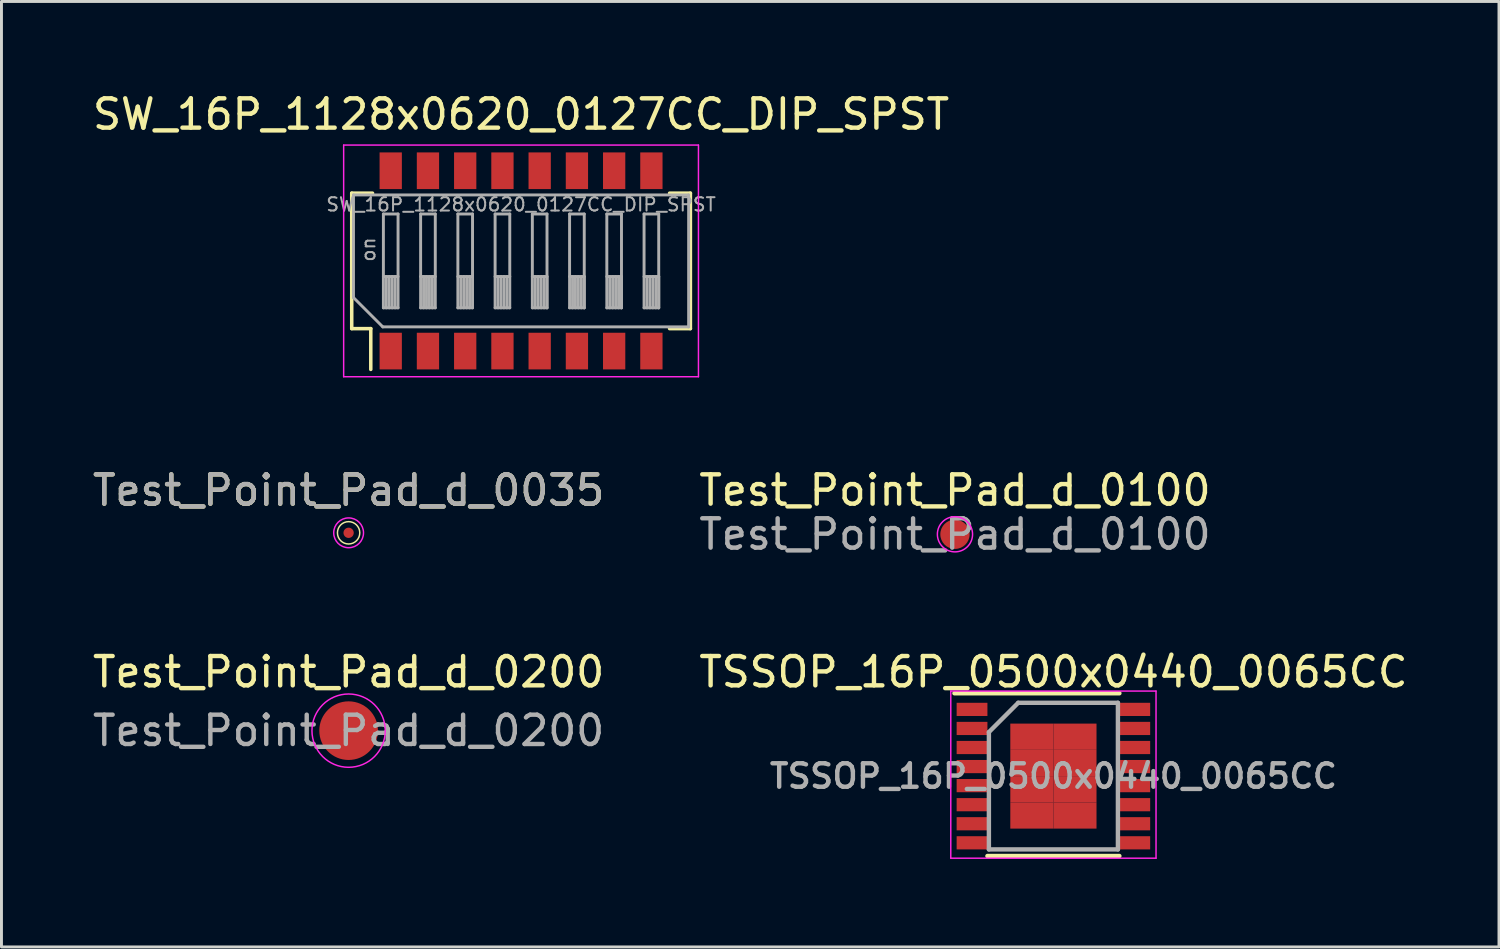
<source format=kicad_pcb>
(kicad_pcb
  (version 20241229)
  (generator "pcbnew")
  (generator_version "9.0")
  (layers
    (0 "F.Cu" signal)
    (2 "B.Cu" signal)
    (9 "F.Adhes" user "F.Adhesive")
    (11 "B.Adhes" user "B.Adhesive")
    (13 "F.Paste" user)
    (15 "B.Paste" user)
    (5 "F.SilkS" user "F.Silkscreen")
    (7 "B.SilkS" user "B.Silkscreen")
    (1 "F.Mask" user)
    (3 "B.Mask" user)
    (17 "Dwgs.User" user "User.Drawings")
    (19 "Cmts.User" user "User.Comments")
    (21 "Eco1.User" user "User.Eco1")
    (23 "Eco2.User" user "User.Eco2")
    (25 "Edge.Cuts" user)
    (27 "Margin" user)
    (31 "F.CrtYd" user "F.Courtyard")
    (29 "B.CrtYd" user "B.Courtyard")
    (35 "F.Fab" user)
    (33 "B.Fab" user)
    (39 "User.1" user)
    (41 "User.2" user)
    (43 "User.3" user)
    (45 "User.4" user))
  (footprint "Test_Point_Pad_d_0200"
    (layer "F.Cu")
    (at 8.839 21.868)
    (property "Reference" "Test_Point_Pad_d_0200" (at 0 -2 0) (layer "F.SilkS") (effects (font (size 1 1) (thickness 0.15))))
    (attr exclude_from_pos_files exclude_from_bom)
    (fp_circle (center 0 0) (end 1.25 0) (stroke (width 0.05) (type solid)) (fill no) (layer "F.CrtYd"))
    (fp_text user "${REFERENCE}" (at 0 0 0) (layer "F.Fab") (effects (font (size 1 1) (thickness 0.15))))
    (pad "1" smd circle (at 0 0) (size 2 2) (layers "F.Cu" "F.Mask")))
  (footprint "Test_Point_Pad_d_0100"
    (layer "F.Cu")
    (at 29.518 15.171)
    (property "Reference" "Test_Point_Pad_d_0100" (at 0 -1.5 0) (layer "F.SilkS") (effects (font (size 1 1) (thickness 0.15))))
    (attr exclude_from_pos_files exclude_from_bom)
    (fp_circle (center 0 0) (end 0.6 0) (stroke (width 0.05) (type solid)) (fill no) (layer "F.CrtYd"))
    (fp_text user "${REFERENCE}" (at 0 0 0) (layer "F.Fab") (effects (font (size 1 1) (thickness 0.15))))
    (pad "1" smd circle (at 0 0) (size 1 1) (layers "F.Cu" "F.Mask")))
  (footprint "TSSOP_16P_0500x0440_0065CC"
    (layer "F.Cu")
    (at 32.875 23.418)
    (property "Reference" "TSSOP_16P_0500x0440_0065CC" (at 0 -3.55 0) (layer "F.SilkS") (effects (font (size 1 1) (thickness 0.15))))
    (attr smd)
    (fp_line (start -3.375 -2.825) (end 2.25 -2.825) (stroke (width 0.15) (type solid)) (layer "F.SilkS"))
    (fp_line (start -2.25 2.725) (end 2.25 2.725) (stroke (width 0.15) (type solid)) (layer "F.SilkS"))
    (fp_line (start -3.5 -2.9) (end -3.5 2.8) (stroke (width 0.05) (type solid)) (layer "F.CrtYd"))
    (fp_line (start -3.5 -2.9) (end 3.5 -2.9) (stroke (width 0.05) (type solid)) (layer "F.CrtYd"))
    (fp_line (start -3.5 2.8) (end 3.5 2.8) (stroke (width 0.05) (type solid)) (layer "F.CrtYd"))
    (fp_line (start 3.5 -2.9) (end 3.5 2.8) (stroke (width 0.05) (type solid)) (layer "F.CrtYd"))
    (fp_line (start -2.2 -1.5) (end -1.2 -2.5) (stroke (width 0.15) (type solid)) (layer "F.Fab"))
    (fp_line (start -2.2 2.5) (end -2.2 -1.5) (stroke (width 0.15) (type solid)) (layer "F.Fab"))
    (fp_line (start -1.2 -2.5) (end 2.2 -2.5) (stroke (width 0.15) (type solid)) (layer "F.Fab"))
    (fp_line (start 2.2 -2.5) (end 2.2 2.5) (stroke (width 0.15) (type solid)) (layer "F.Fab"))
    (fp_line (start 2.2 2.5) (end -2.2 2.5) (stroke (width 0.15) (type solid)) (layer "F.Fab"))
    (fp_text user "${REFERENCE}" (at 0 0 0) (layer "F.Fab") (effects (font (size 0.8 0.8) (thickness 0.15))))
    (pad "1" smd rect (at -2.775 -2.275) (size 1.05 0.45) (layers "F.Cu" "F.Mask" "F.Paste"))
    (pad "2" smd rect (at -2.775 -1.625) (size 1.05 0.45) (layers "F.Cu" "F.Mask" "F.Paste"))
    (pad "3" smd rect (at -2.775 -0.975) (size 1.05 0.45) (layers "F.Cu" "F.Mask" "F.Paste"))
    (pad "4" smd rect (at -2.775 -0.325) (size 1.05 0.45) (layers "F.Cu" "F.Mask" "F.Paste"))
    (pad "5" smd rect (at -2.775 0.325) (size 1.05 0.45) (layers "F.Cu" "F.Mask" "F.Paste"))
    (pad "6" smd rect (at -2.775 0.975) (size 1.05 0.45) (layers "F.Cu" "F.Mask" "F.Paste"))
    (pad "7" smd rect (at -2.775 1.625) (size 1.05 0.45) (layers "F.Cu" "F.Mask" "F.Paste"))
    (pad "8" smd rect (at -2.775 2.275) (size 1.05 0.45) (layers "F.Cu" "F.Mask" "F.Paste"))
    (pad "9" smd rect (at 2.775 2.275) (size 1.05 0.45) (layers "F.Cu" "F.Mask" "F.Paste"))
    (pad "10" smd rect (at 2.775 1.625) (size 1.05 0.45) (layers "F.Cu" "F.Mask" "F.Paste"))
    (pad "11" smd rect (at 2.775 0.975) (size 1.05 0.45) (layers "F.Cu" "F.Mask" "F.Paste"))
    (pad "12" smd rect (at 2.775 0.325) (size 1.05 0.45) (layers "F.Cu" "F.Mask" "F.Paste"))
    (pad "13" smd rect (at 2.775 -0.325) (size 1.05 0.45) (layers "F.Cu" "F.Mask" "F.Paste"))
    (pad "14" smd rect (at 2.775 -0.975) (size 1.05 0.45) (layers "F.Cu" "F.Mask" "F.Paste"))
    (pad "15" smd rect (at 2.775 -1.625) (size 1.05 0.45) (layers "F.Cu" "F.Mask" "F.Paste"))
    (pad "16" smd rect (at 2.775 -2.275) (size 1.05 0.45) (layers "F.Cu" "F.Mask" "F.Paste"))
    (pad "17" smd rect (at -0.735 -1.343) (size 1.47 0.895) (layers "F.Cu" "F.Mask" "F.Paste"))
    (pad "17" smd rect (at -0.735 -0.448) (size 1.47 0.895) (layers "F.Cu" "F.Mask" "F.Paste"))
    (pad "17" smd rect (at -0.735 0.448) (size 1.47 0.895) (layers "F.Cu" "F.Mask" "F.Paste"))
    (pad "17" smd rect (at -0.735 1.343) (size 1.47 0.895) (layers "F.Cu" "F.Mask" "F.Paste"))
    (pad "17" smd rect (at 0.735 -1.343) (size 1.47 0.895) (layers "F.Cu" "F.Mask" "F.Paste"))
    (pad "17" smd rect (at 0.735 -0.448) (size 1.47 0.895) (layers "F.Cu" "F.Mask" "F.Paste"))
    (pad "17" smd rect (at 0.735 0.448) (size 1.47 0.895) (layers "F.Cu" "F.Mask" "F.Paste"))
    (pad "17" smd rect (at 0.735 1.343) (size 1.47 0.895) (layers "F.Cu" "F.Mask" "F.Paste")))
  (footprint "Test_Point_Pad_d_0035"
    (layer "F.Cu")
    (at 8.839 15.121)
    (property "Reference" "Test_Point_Pad_d_0035" (at 0 -1.448 0) (layer "F.SilkS") (effects (font (size 1 1) (thickness 0.15))))
    (attr exclude_from_pos_files exclude_from_bom)
    (fp_circle (center 0 0) (end 0.381 0) (stroke (width 0.05) (type solid)) (fill no) (layer "F.SilkS"))
    (fp_circle (center 0 0) (end 0.508 0) (stroke (width 0.05) (type solid)) (fill no) (layer "F.CrtYd"))
    (fp_text user "${REFERENCE}" (at 0 -1.45 0) (layer "F.Fab") (effects (font (size 1 1) (thickness 0.15))))
    (pad "1" smd circle (at 0 0) (size 0.35 0.35) (layers "F.Cu" "F.Mask")))
  (footprint "SW_16P_1128x0620_0127CC_DIP_SPST"
    (layer "F.Cu")
    (at 14.72 5.848)
    (property "Reference" "SW_16P_1128x0620_0127CC_DIP_SPST" (at 0 -5 0) (layer "F.SilkS") (effects (font (size 1 1) (thickness 0.15))))
    (attr smd)
    (fp_line (start -5.775 -2.31) (end -5.065 -2.31) (stroke (width 0.12) (type solid)) (layer "F.SilkS"))
    (fp_line (start -5.775 2.309) (end -5.775 -2.31) (stroke (width 0.12) (type solid)) (layer "F.SilkS"))
    (fp_line (start -5.775 2.309) (end -5.125 2.309) (stroke (width 0.12) (type solid)) (layer "F.SilkS"))
    (fp_line (start -5.125 3.7) (end -5.125 2.309) (stroke (width 0.12) (type solid)) (layer "F.SilkS"))
    (fp_line (start 5.065 -2.31) (end 5.775 -2.31) (stroke (width 0.12) (type solid)) (layer "F.SilkS"))
    (fp_line (start 5.065 2.309) (end 5.775 2.309) (stroke (width 0.12) (type solid)) (layer "F.SilkS"))
    (fp_line (start 5.775 2.309) (end 5.775 -2.31) (stroke (width 0.12) (type solid)) (layer "F.SilkS"))
    (fp_line (start -6.05 -3.95) (end -6.05 3.95) (stroke (width 0.05) (type solid)) (layer "F.CrtYd"))
    (fp_line (start -6.05 3.95) (end 6.05 3.95) (stroke (width 0.05) (type solid)) (layer "F.CrtYd"))
    (fp_line (start 6.05 -3.95) (end -6.05 -3.95) (stroke (width 0.05) (type solid)) (layer "F.CrtYd"))
    (fp_line (start 6.05 3.95) (end 6.05 -3.95) (stroke (width 0.05) (type solid)) (layer "F.CrtYd"))
    (fp_line (start -5.715 -2.25) (end 5.715 -2.25) (stroke (width 0.1) (type solid)) (layer "F.Fab"))
    (fp_line (start -5.715 1.25) (end -5.715 -2.25) (stroke (width 0.1) (type solid)) (layer "F.Fab"))
    (fp_line (start -4.715 2.25) (end -5.715 1.25) (stroke (width 0.1) (type solid)) (layer "F.Fab"))
    (fp_line (start -4.695 -1.6) (end -4.695 1.6) (stroke (width 0.1) (type solid)) (layer "F.Fab"))
    (fp_line (start -4.695 0.533) (end -4.195 0.533) (stroke (width 0.1) (type solid)) (layer "F.Fab"))
    (fp_line (start -4.695 1.6) (end -4.195 1.6) (stroke (width 0.1) (type solid)) (layer "F.Fab"))
    (fp_line (start -4.595 1.6) (end -4.595 0.533) (stroke (width 0.1) (type solid)) (layer "F.Fab"))
    (fp_line (start -4.495 1.6) (end -4.495 0.533) (stroke (width 0.1) (type solid)) (layer "F.Fab"))
    (fp_line (start -4.395 1.6) (end -4.395 0.533) (stroke (width 0.1) (type solid)) (layer "F.Fab"))
    (fp_line (start -4.295 1.6) (end -4.295 0.533) (stroke (width 0.1) (type solid)) (layer "F.Fab"))
    (fp_line (start -4.195 -1.6) (end -4.695 -1.6) (stroke (width 0.1) (type solid)) (layer "F.Fab"))
    (fp_line (start -4.195 1.6) (end -4.195 -1.6) (stroke (width 0.1) (type solid)) (layer "F.Fab"))
    (fp_line (start -3.425 -1.6) (end -3.425 1.6) (stroke (width 0.1) (type solid)) (layer "F.Fab"))
    (fp_line (start -3.425 0.533) (end -2.925 0.533) (stroke (width 0.1) (type solid)) (layer "F.Fab"))
    (fp_line (start -3.425 1.6) (end -2.925 1.6) (stroke (width 0.1) (type solid)) (layer "F.Fab"))
    (fp_line (start -3.325 1.6) (end -3.325 0.533) (stroke (width 0.1) (type solid)) (layer "F.Fab"))
    (fp_line (start -3.225 1.6) (end -3.225 0.533) (stroke (width 0.1) (type solid)) (layer "F.Fab"))
    (fp_line (start -3.125 1.6) (end -3.125 0.533) (stroke (width 0.1) (type solid)) (layer "F.Fab"))
    (fp_line (start -3.025 1.6) (end -3.025 0.533) (stroke (width 0.1) (type solid)) (layer "F.Fab"))
    (fp_line (start -2.925 -1.6) (end -3.425 -1.6) (stroke (width 0.1) (type solid)) (layer "F.Fab"))
    (fp_line (start -2.925 1.6) (end -2.925 -1.6) (stroke (width 0.1) (type solid)) (layer "F.Fab"))
    (fp_line (start -2.155 -1.6) (end -2.155 1.6) (stroke (width 0.1) (type solid)) (layer "F.Fab"))
    (fp_line (start -2.155 0.533) (end -1.655 0.533) (stroke (width 0.1) (type solid)) (layer "F.Fab"))
    (fp_line (start -2.155 1.6) (end -1.655 1.6) (stroke (width 0.1) (type solid)) (layer "F.Fab"))
    (fp_line (start -2.055 1.6) (end -2.055 0.533) (stroke (width 0.1) (type solid)) (layer "F.Fab"))
    (fp_line (start -1.955 1.6) (end -1.955 0.533) (stroke (width 0.1) (type solid)) (layer "F.Fab"))
    (fp_line (start -1.855 1.6) (end -1.855 0.533) (stroke (width 0.1) (type solid)) (layer "F.Fab"))
    (fp_line (start -1.755 1.6) (end -1.755 0.533) (stroke (width 0.1) (type solid)) (layer "F.Fab"))
    (fp_line (start -1.655 -1.6) (end -2.155 -1.6) (stroke (width 0.1) (type solid)) (layer "F.Fab"))
    (fp_line (start -1.655 1.6) (end -1.655 -1.6) (stroke (width 0.1) (type solid)) (layer "F.Fab"))
    (fp_line (start -0.885 -1.6) (end -0.885 1.6) (stroke (width 0.1) (type solid)) (layer "F.Fab"))
    (fp_line (start -0.885 0.533) (end -0.385 0.533) (stroke (width 0.1) (type solid)) (layer "F.Fab"))
    (fp_line (start -0.885 1.6) (end -0.385 1.6) (stroke (width 0.1) (type solid)) (layer "F.Fab"))
    (fp_line (start -0.785 1.6) (end -0.785 0.533) (stroke (width 0.1) (type solid)) (layer "F.Fab"))
    (fp_line (start -0.685 1.6) (end -0.685 0.533) (stroke (width 0.1) (type solid)) (layer "F.Fab"))
    (fp_line (start -0.585 1.6) (end -0.585 0.533) (stroke (width 0.1) (type solid)) (layer "F.Fab"))
    (fp_line (start -0.485 1.6) (end -0.485 0.533) (stroke (width 0.1) (type solid)) (layer "F.Fab"))
    (fp_line (start -0.385 -1.6) (end -0.885 -1.6) (stroke (width 0.1) (type solid)) (layer "F.Fab"))
    (fp_line (start -0.385 1.6) (end -0.385 -1.6) (stroke (width 0.1) (type solid)) (layer "F.Fab"))
    (fp_line (start 0.385 -1.6) (end 0.385 1.6) (stroke (width 0.1) (type solid)) (layer "F.Fab"))
    (fp_line (start 0.385 0.533) (end 0.885 0.533) (stroke (width 0.1) (type solid)) (layer "F.Fab"))
    (fp_line (start 0.385 1.6) (end 0.885 1.6) (stroke (width 0.1) (type solid)) (layer "F.Fab"))
    (fp_line (start 0.485 1.6) (end 0.485 0.533) (stroke (width 0.1) (type solid)) (layer "F.Fab"))
    (fp_line (start 0.585 1.6) (end 0.585 0.533) (stroke (width 0.1) (type solid)) (layer "F.Fab"))
    (fp_line (start 0.685 1.6) (end 0.685 0.533) (stroke (width 0.1) (type solid)) (layer "F.Fab"))
    (fp_line (start 0.785 1.6) (end 0.785 0.533) (stroke (width 0.1) (type solid)) (layer "F.Fab"))
    (fp_line (start 0.885 -1.6) (end 0.385 -1.6) (stroke (width 0.1) (type solid)) (layer "F.Fab"))
    (fp_line (start 0.885 1.6) (end 0.885 -1.6) (stroke (width 0.1) (type solid)) (layer "F.Fab"))
    (fp_line (start 0.885 1.6) (end 0.885 0.533) (stroke (width 0.1) (type solid)) (layer "F.Fab"))
    (fp_line (start 1.655 -1.6) (end 1.655 1.6) (stroke (width 0.1) (type solid)) (layer "F.Fab"))
    (fp_line (start 1.655 0.533) (end 2.155 0.533) (stroke (width 0.1) (type solid)) (layer "F.Fab"))
    (fp_line (start 1.655 1.6) (end 2.155 1.6) (stroke (width 0.1) (type solid)) (layer "F.Fab"))
    (fp_line (start 1.755 1.6) (end 1.755 0.533) (stroke (width 0.1) (type solid)) (layer "F.Fab"))
    (fp_line (start 1.855 1.6) (end 1.855 0.533) (stroke (width 0.1) (type solid)) (layer "F.Fab"))
    (fp_line (start 1.955 1.6) (end 1.955 0.533) (stroke (width 0.1) (type solid)) (layer "F.Fab"))
    (fp_line (start 2.055 1.6) (end 2.055 0.533) (stroke (width 0.1) (type solid)) (layer "F.Fab"))
    (fp_line (start 2.155 -1.6) (end 1.655 -1.6) (stroke (width 0.1) (type solid)) (layer "F.Fab"))
    (fp_line (start 2.155 1.6) (end 2.155 -1.6) (stroke (width 0.1) (type solid)) (layer "F.Fab"))
    (fp_line (start 2.155 1.6) (end 2.155 0.533) (stroke (width 0.1) (type solid)) (layer "F.Fab"))
    (fp_line (start 2.925 -1.6) (end 2.925 1.6) (stroke (width 0.1) (type solid)) (layer "F.Fab"))
    (fp_line (start 2.925 0.533) (end 3.425 0.533) (stroke (width 0.1) (type solid)) (layer "F.Fab"))
    (fp_line (start 2.925 1.6) (end 3.425 1.6) (stroke (width 0.1) (type solid)) (layer "F.Fab"))
    (fp_line (start 3.025 1.6) (end 3.025 0.533) (stroke (width 0.1) (type solid)) (layer "F.Fab"))
    (fp_line (start 3.125 1.6) (end 3.125 0.533) (stroke (width 0.1) (type solid)) (layer "F.Fab"))
    (fp_line (start 3.225 1.6) (end 3.225 0.533) (stroke (width 0.1) (type solid)) (layer "F.Fab"))
    (fp_line (start 3.325 1.6) (end 3.325 0.533) (stroke (width 0.1) (type solid)) (layer "F.Fab"))
    (fp_line (start 3.425 -1.6) (end 2.925 -1.6) (stroke (width 0.1) (type solid)) (layer "F.Fab"))
    (fp_line (start 3.425 1.6) (end 3.425 -1.6) (stroke (width 0.1) (type solid)) (layer "F.Fab"))
    (fp_line (start 3.425 1.6) (end 3.425 0.533) (stroke (width 0.1) (type solid)) (layer "F.Fab"))
    (fp_line (start 4.195 -1.6) (end 4.195 1.6) (stroke (width 0.1) (type solid)) (layer "F.Fab"))
    (fp_line (start 4.195 0.533) (end 4.695 0.533) (stroke (width 0.1) (type solid)) (layer "F.Fab"))
    (fp_line (start 4.195 1.6) (end 4.695 1.6) (stroke (width 0.1) (type solid)) (layer "F.Fab"))
    (fp_line (start 4.295 1.6) (end 4.295 0.533) (stroke (width 0.1) (type solid)) (layer "F.Fab"))
    (fp_line (start 4.395 1.6) (end 4.395 0.533) (stroke (width 0.1) (type solid)) (layer "F.Fab"))
    (fp_line (start 4.495 1.6) (end 4.495 0.533) (stroke (width 0.1) (type solid)) (layer "F.Fab"))
    (fp_line (start 4.595 1.6) (end 4.595 0.533) (stroke (width 0.1) (type solid)) (layer "F.Fab"))
    (fp_line (start 4.695 -1.6) (end 4.195 -1.6) (stroke (width 0.1) (type solid)) (layer "F.Fab"))
    (fp_line (start 4.695 1.6) (end 4.695 -1.6) (stroke (width 0.1) (type solid)) (layer "F.Fab"))
    (fp_line (start 4.695 1.6) (end 4.695 0.533) (stroke (width 0.1) (type solid)) (layer "F.Fab"))
    (fp_line (start 5.715 -2.25) (end 5.715 2.25) (stroke (width 0.1) (type solid)) (layer "F.Fab"))
    (fp_line (start 5.715 2.25) (end -4.715 2.25) (stroke (width 0.1) (type solid)) (layer "F.Fab"))
    (fp_text user "${REFERENCE}" (at 0 -1.925 180) (layer "F.Fab") (effects (font (size 0.455 0.455) (thickness 0.068))))
    (fp_text user "on" (at -5.205 -0.388 90) (layer "F.Fab") (effects (font (size 0.455 0.455) (thickness 0.068))))
    (pad "1" smd rect (at -4.445 3.075 90) (size 1.25 0.76) (layers "F.Cu" "F.Mask" "F.Paste"))
    (pad "2" smd rect (at -3.175 3.075 90) (size 1.25 0.76) (layers "F.Cu" "F.Mask" "F.Paste"))
    (pad "3" smd rect (at -1.905 3.075 90) (size 1.25 0.76) (layers "F.Cu" "F.Mask" "F.Paste"))
    (pad "4" smd rect (at -0.635 3.075 90) (size 1.25 0.76) (layers "F.Cu" "F.Mask" "F.Paste"))
    (pad "5" smd rect (at 0.635 3.075 90) (size 1.25 0.76) (layers "F.Cu" "F.Mask" "F.Paste"))
    (pad "6" smd rect (at 1.905 3.075 90) (size 1.25 0.76) (layers "F.Cu" "F.Mask" "F.Paste"))
    (pad "7" smd rect (at 3.175 3.075 90) (size 1.25 0.76) (layers "F.Cu" "F.Mask" "F.Paste"))
    (pad "8" smd rect (at 4.445 3.075 90) (size 1.25 0.76) (layers "F.Cu" "F.Mask" "F.Paste"))
    (pad "9" smd rect (at 4.445 -3.075 90) (size 1.25 0.76) (layers "F.Cu" "F.Mask" "F.Paste"))
    (pad "10" smd rect (at 3.175 -3.075 90) (size 1.25 0.76) (layers "F.Cu" "F.Mask" "F.Paste"))
    (pad "11" smd rect (at 1.905 -3.075 90) (size 1.25 0.76) (layers "F.Cu" "F.Mask" "F.Paste"))
    (pad "12" smd rect (at 0.635 -3.075 90) (size 1.25 0.76) (layers "F.Cu" "F.Mask" "F.Paste"))
    (pad "13" smd rect (at -0.635 -3.075 90) (size 1.25 0.76) (layers "F.Cu" "F.Mask" "F.Paste"))
    (pad "14" smd rect (at -1.905 -3.075 90) (size 1.25 0.76) (layers "F.Cu" "F.Mask" "F.Paste"))
    (pad "15" smd rect (at -3.175 -3.075 90) (size 1.25 0.76) (layers "F.Cu" "F.Mask" "F.Paste"))
    (pad "16" smd rect (at -4.445 -3.075 90) (size 1.25 0.76) (layers "F.Cu" "F.Mask" "F.Paste")))
  (gr_rect
    (start -3 -3)
    (end 48.071 29.243)
    (stroke (width 0.1) (type default))
    (fill no)
    (layer "Edge.Cuts")))
</source>
